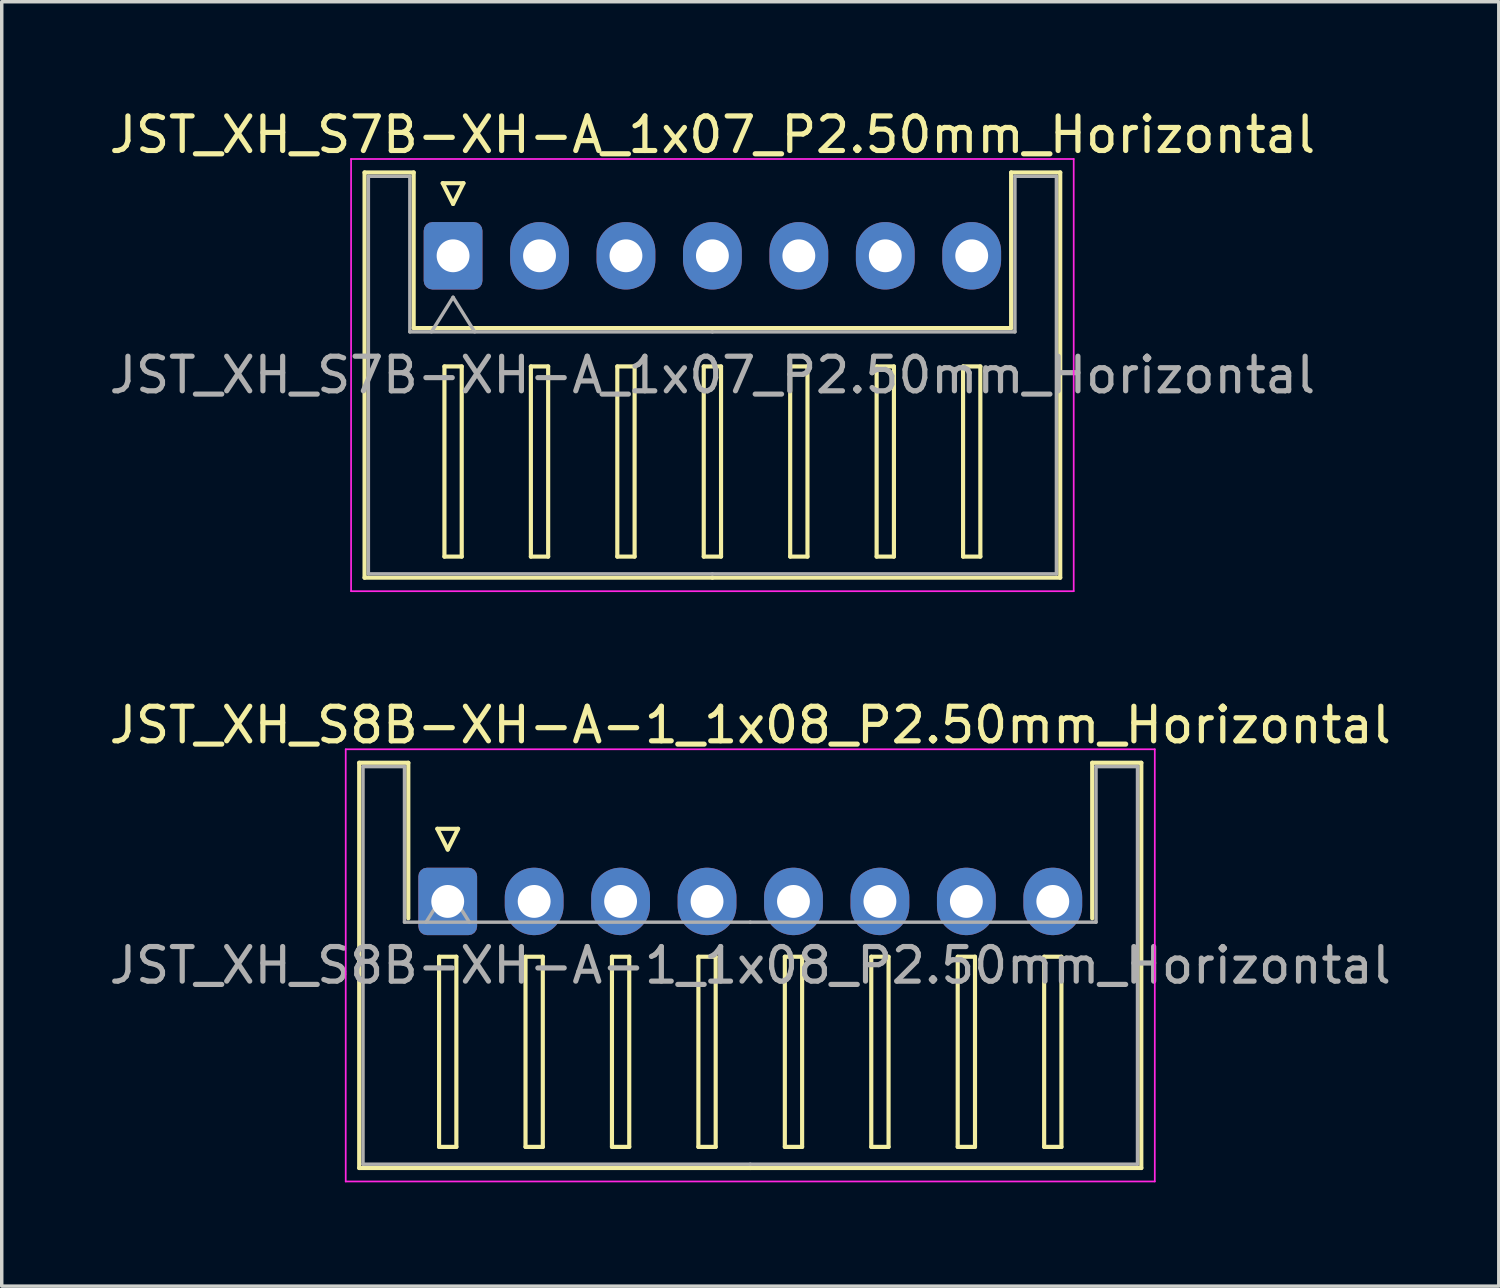
<source format=kicad_pcb>
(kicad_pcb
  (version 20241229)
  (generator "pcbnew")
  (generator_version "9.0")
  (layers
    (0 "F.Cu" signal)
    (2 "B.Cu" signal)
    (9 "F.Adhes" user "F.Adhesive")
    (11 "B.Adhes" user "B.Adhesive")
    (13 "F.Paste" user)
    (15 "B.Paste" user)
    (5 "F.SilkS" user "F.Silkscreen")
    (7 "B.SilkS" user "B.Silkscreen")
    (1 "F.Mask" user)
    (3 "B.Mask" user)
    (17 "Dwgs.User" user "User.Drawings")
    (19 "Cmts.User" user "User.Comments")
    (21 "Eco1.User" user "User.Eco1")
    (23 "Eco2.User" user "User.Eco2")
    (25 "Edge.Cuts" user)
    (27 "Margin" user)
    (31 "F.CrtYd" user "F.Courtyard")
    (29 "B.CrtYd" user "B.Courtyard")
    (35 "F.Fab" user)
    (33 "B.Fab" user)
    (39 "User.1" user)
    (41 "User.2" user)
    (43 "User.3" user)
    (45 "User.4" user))
  (footprint "JST_XH_S8B-XH-A-1_1x08_P2.50mm_Horizontal"
    (layer "F.Cu")
    (at 9.899 23.021)
    (property "Reference" "JST_XH_S8B-XH-A-1_1x08_P2.50mm_Horizontal" (at 8.75 -5.1 0) (layer "F.SilkS") (effects (font (size 1 1) (thickness 0.15))))
    (attr through_hole)
    (fp_line (start -2.56 -4.01) (end -1.14 -4.01) (stroke (width 0.12) (type solid)) (layer "F.SilkS"))
    (fp_line (start -2.56 7.71) (end -2.56 -4.01) (stroke (width 0.12) (type solid)) (layer "F.SilkS"))
    (fp_line (start -1.14 -4.01) (end -1.14 0.49) (stroke (width 0.12) (type solid)) (layer "F.SilkS"))
    (fp_line (start -0.3 -2.1) (end 0.3 -2.1) (stroke (width 0.12) (type solid)) (layer "F.SilkS"))
    (fp_line (start -0.25 1.6) (end -0.25 7.1) (stroke (width 0.12) (type solid)) (layer "F.SilkS"))
    (fp_line (start -0.25 7.1) (end 0.25 7.1) (stroke (width 0.12) (type solid)) (layer "F.SilkS"))
    (fp_line (start 0 -1.5) (end -0.3 -2.1) (stroke (width 0.12) (type solid)) (layer "F.SilkS"))
    (fp_line (start 0.25 1.6) (end -0.25 1.6) (stroke (width 0.12) (type solid)) (layer "F.SilkS"))
    (fp_line (start 0.25 7.1) (end 0.25 1.6) (stroke (width 0.12) (type solid)) (layer "F.SilkS"))
    (fp_line (start 0.3 -2.1) (end 0 -1.5) (stroke (width 0.12) (type solid)) (layer "F.SilkS"))
    (fp_line (start 2.25 1.6) (end 2.25 7.1) (stroke (width 0.12) (type solid)) (layer "F.SilkS"))
    (fp_line (start 2.25 7.1) (end 2.75 7.1) (stroke (width 0.12) (type solid)) (layer "F.SilkS"))
    (fp_line (start 2.75 1.6) (end 2.25 1.6) (stroke (width 0.12) (type solid)) (layer "F.SilkS"))
    (fp_line (start 2.75 7.1) (end 2.75 1.6) (stroke (width 0.12) (type solid)) (layer "F.SilkS"))
    (fp_line (start 4.75 1.6) (end 4.75 7.1) (stroke (width 0.12) (type solid)) (layer "F.SilkS"))
    (fp_line (start 4.75 7.1) (end 5.25 7.1) (stroke (width 0.12) (type solid)) (layer "F.SilkS"))
    (fp_line (start 5.25 1.6) (end 4.75 1.6) (stroke (width 0.12) (type solid)) (layer "F.SilkS"))
    (fp_line (start 5.25 7.1) (end 5.25 1.6) (stroke (width 0.12) (type solid)) (layer "F.SilkS"))
    (fp_line (start 7.25 1.6) (end 7.25 7.1) (stroke (width 0.12) (type solid)) (layer "F.SilkS"))
    (fp_line (start 7.25 7.1) (end 7.75 7.1) (stroke (width 0.12) (type solid)) (layer "F.SilkS"))
    (fp_line (start 7.75 1.6) (end 7.25 1.6) (stroke (width 0.12) (type solid)) (layer "F.SilkS"))
    (fp_line (start 7.75 7.1) (end 7.75 1.6) (stroke (width 0.12) (type solid)) (layer "F.SilkS"))
    (fp_line (start 8.75 7.71) (end -2.56 7.71) (stroke (width 0.12) (type solid)) (layer "F.SilkS"))
    (fp_line (start 8.75 7.71) (end 20.06 7.71) (stroke (width 0.12) (type solid)) (layer "F.SilkS"))
    (fp_line (start 9.75 1.6) (end 9.75 7.1) (stroke (width 0.12) (type solid)) (layer "F.SilkS"))
    (fp_line (start 9.75 7.1) (end 10.25 7.1) (stroke (width 0.12) (type solid)) (layer "F.SilkS"))
    (fp_line (start 10.25 1.6) (end 9.75 1.6) (stroke (width 0.12) (type solid)) (layer "F.SilkS"))
    (fp_line (start 10.25 7.1) (end 10.25 1.6) (stroke (width 0.12) (type solid)) (layer "F.SilkS"))
    (fp_line (start 12.25 1.6) (end 12.25 7.1) (stroke (width 0.12) (type solid)) (layer "F.SilkS"))
    (fp_line (start 12.25 7.1) (end 12.75 7.1) (stroke (width 0.12) (type solid)) (layer "F.SilkS"))
    (fp_line (start 12.75 1.6) (end 12.25 1.6) (stroke (width 0.12) (type solid)) (layer "F.SilkS"))
    (fp_line (start 12.75 7.1) (end 12.75 1.6) (stroke (width 0.12) (type solid)) (layer "F.SilkS"))
    (fp_line (start 14.75 1.6) (end 14.75 7.1) (stroke (width 0.12) (type solid)) (layer "F.SilkS"))
    (fp_line (start 14.75 7.1) (end 15.25 7.1) (stroke (width 0.12) (type solid)) (layer "F.SilkS"))
    (fp_line (start 15.25 1.6) (end 14.75 1.6) (stroke (width 0.12) (type solid)) (layer "F.SilkS"))
    (fp_line (start 15.25 7.1) (end 15.25 1.6) (stroke (width 0.12) (type solid)) (layer "F.SilkS"))
    (fp_line (start 17.25 1.6) (end 17.25 7.1) (stroke (width 0.12) (type solid)) (layer "F.SilkS"))
    (fp_line (start 17.25 7.1) (end 17.75 7.1) (stroke (width 0.12) (type solid)) (layer "F.SilkS"))
    (fp_line (start 17.75 1.6) (end 17.25 1.6) (stroke (width 0.12) (type solid)) (layer "F.SilkS"))
    (fp_line (start 17.75 7.1) (end 17.75 1.6) (stroke (width 0.12) (type solid)) (layer "F.SilkS"))
    (fp_line (start 18.64 -4.01) (end 18.64 0.49) (stroke (width 0.12) (type solid)) (layer "F.SilkS"))
    (fp_line (start 20.06 -4.01) (end 18.64 -4.01) (stroke (width 0.12) (type solid)) (layer "F.SilkS"))
    (fp_line (start 20.06 7.71) (end 20.06 -4.01) (stroke (width 0.12) (type solid)) (layer "F.SilkS"))
    (fp_line (start -2.95 -4.4) (end -2.95 8.1) (stroke (width 0.05) (type solid)) (layer "F.CrtYd"))
    (fp_line (start -2.95 8.1) (end 20.45 8.1) (stroke (width 0.05) (type solid)) (layer "F.CrtYd"))
    (fp_line (start 20.45 -4.4) (end -2.95 -4.4) (stroke (width 0.05) (type solid)) (layer "F.CrtYd"))
    (fp_line (start 20.45 8.1) (end 20.45 -4.4) (stroke (width 0.05) (type solid)) (layer "F.CrtYd"))
    (fp_line (start -2.45 -3.9) (end -1.25 -3.9) (stroke (width 0.1) (type solid)) (layer "F.Fab"))
    (fp_line (start -2.45 7.6) (end -2.45 -3.9) (stroke (width 0.1) (type solid)) (layer "F.Fab"))
    (fp_line (start -1.25 -3.9) (end -1.25 0.6) (stroke (width 0.1) (type solid)) (layer "F.Fab"))
    (fp_line (start -1.25 0.6) (end 8.75 0.6) (stroke (width 0.1) (type solid)) (layer "F.Fab"))
    (fp_line (start -0.625 0.6) (end 0 -0.4) (stroke (width 0.1) (type solid)) (layer "F.Fab"))
    (fp_line (start 0 -0.4) (end 0.625 0.6) (stroke (width 0.1) (type solid)) (layer "F.Fab"))
    (fp_line (start 8.75 7.6) (end -2.45 7.6) (stroke (width 0.1) (type solid)) (layer "F.Fab"))
    (fp_line (start 8.75 7.6) (end 19.95 7.6) (stroke (width 0.1) (type solid)) (layer "F.Fab"))
    (fp_line (start 18.75 -3.9) (end 18.75 0.6) (stroke (width 0.1) (type solid)) (layer "F.Fab"))
    (fp_line (start 18.75 0.6) (end 8.75 0.6) (stroke (width 0.1) (type solid)) (layer "F.Fab"))
    (fp_line (start 19.95 -3.9) (end 18.75 -3.9) (stroke (width 0.1) (type solid)) (layer "F.Fab"))
    (fp_line (start 19.95 7.6) (end 19.95 -3.9) (stroke (width 0.1) (type solid)) (layer "F.Fab"))
    (fp_text user "${REFERENCE}" (at 8.75 1.85 0) (layer "F.Fab") (effects (font (size 1 1) (thickness 0.15))))
    (pad "1" thru_hole roundrect (at 0 0) (size 1.7 1.95) (drill 0.95) (layers "*.Cu" "*.Mask") (roundrect_rratio 0.147))
    (pad "2" thru_hole oval (at 2.5 0) (size 1.7 1.95) (drill 0.95) (layers "*.Cu" "*.Mask"))
    (pad "3" thru_hole oval (at 5 0) (size 1.7 1.95) (drill 0.95) (layers "*.Cu" "*.Mask"))
    (pad "4" thru_hole oval (at 7.5 0) (size 1.7 1.95) (drill 0.95) (layers "*.Cu" "*.Mask"))
    (pad "5" thru_hole oval (at 10 0) (size 1.7 1.95) (drill 0.95) (layers "*.Cu" "*.Mask"))
    (pad "6" thru_hole oval (at 12.5 0) (size 1.7 1.95) (drill 0.95) (layers "*.Cu" "*.Mask"))
    (pad "7" thru_hole oval (at 15 0) (size 1.7 1.95) (drill 0.95) (layers "*.Cu" "*.Mask"))
    (pad "8" thru_hole oval (at 17.5 0) (size 1.7 1.95) (drill 0.95) (layers "*.Cu" "*.Mask")))
  (footprint "JST_XH_S7B-XH-A_1x07_P2.50mm_Horizontal"
    (layer "F.Cu")
    (at 10.054 4.348)
    (property "Reference" "JST_XH_S7B-XH-A_1x07_P2.50mm_Horizontal" (at 7.5 -3.5 0) (layer "F.SilkS") (effects (font (size 1 1) (thickness 0.15))))
    (attr through_hole)
    (fp_line (start -2.56 -2.41) (end -1.14 -2.41) (stroke (width 0.12) (type solid)) (layer "F.SilkS"))
    (fp_line (start -2.56 9.31) (end -2.56 -2.41) (stroke (width 0.12) (type solid)) (layer "F.SilkS"))
    (fp_line (start -1.14 -2.41) (end -1.14 2.09) (stroke (width 0.12) (type solid)) (layer "F.SilkS"))
    (fp_line (start -1.14 2.09) (end 7.5 2.09) (stroke (width 0.12) (type solid)) (layer "F.SilkS"))
    (fp_line (start -0.3 -2.1) (end 0.3 -2.1) (stroke (width 0.12) (type solid)) (layer "F.SilkS"))
    (fp_line (start -0.25 3.2) (end -0.25 8.7) (stroke (width 0.12) (type solid)) (layer "F.SilkS"))
    (fp_line (start -0.25 8.7) (end 0.25 8.7) (stroke (width 0.12) (type solid)) (layer "F.SilkS"))
    (fp_line (start 0 -1.5) (end -0.3 -2.1) (stroke (width 0.12) (type solid)) (layer "F.SilkS"))
    (fp_line (start 0.25 3.2) (end -0.25 3.2) (stroke (width 0.12) (type solid)) (layer "F.SilkS"))
    (fp_line (start 0.25 8.7) (end 0.25 3.2) (stroke (width 0.12) (type solid)) (layer "F.SilkS"))
    (fp_line (start 0.3 -2.1) (end 0 -1.5) (stroke (width 0.12) (type solid)) (layer "F.SilkS"))
    (fp_line (start 2.25 3.2) (end 2.25 8.7) (stroke (width 0.12) (type solid)) (layer "F.SilkS"))
    (fp_line (start 2.25 8.7) (end 2.75 8.7) (stroke (width 0.12) (type solid)) (layer "F.SilkS"))
    (fp_line (start 2.75 3.2) (end 2.25 3.2) (stroke (width 0.12) (type solid)) (layer "F.SilkS"))
    (fp_line (start 2.75 8.7) (end 2.75 3.2) (stroke (width 0.12) (type solid)) (layer "F.SilkS"))
    (fp_line (start 4.75 3.2) (end 4.75 8.7) (stroke (width 0.12) (type solid)) (layer "F.SilkS"))
    (fp_line (start 4.75 8.7) (end 5.25 8.7) (stroke (width 0.12) (type solid)) (layer "F.SilkS"))
    (fp_line (start 5.25 3.2) (end 4.75 3.2) (stroke (width 0.12) (type solid)) (layer "F.SilkS"))
    (fp_line (start 5.25 8.7) (end 5.25 3.2) (stroke (width 0.12) (type solid)) (layer "F.SilkS"))
    (fp_line (start 7.25 3.2) (end 7.25 8.7) (stroke (width 0.12) (type solid)) (layer "F.SilkS"))
    (fp_line (start 7.25 8.7) (end 7.75 8.7) (stroke (width 0.12) (type solid)) (layer "F.SilkS"))
    (fp_line (start 7.5 9.31) (end -2.56 9.31) (stroke (width 0.12) (type solid)) (layer "F.SilkS"))
    (fp_line (start 7.5 9.31) (end 17.56 9.31) (stroke (width 0.12) (type solid)) (layer "F.SilkS"))
    (fp_line (start 7.75 3.2) (end 7.25 3.2) (stroke (width 0.12) (type solid)) (layer "F.SilkS"))
    (fp_line (start 7.75 8.7) (end 7.75 3.2) (stroke (width 0.12) (type solid)) (layer "F.SilkS"))
    (fp_line (start 9.75 3.2) (end 9.75 8.7) (stroke (width 0.12) (type solid)) (layer "F.SilkS"))
    (fp_line (start 9.75 8.7) (end 10.25 8.7) (stroke (width 0.12) (type solid)) (layer "F.SilkS"))
    (fp_line (start 10.25 3.2) (end 9.75 3.2) (stroke (width 0.12) (type solid)) (layer "F.SilkS"))
    (fp_line (start 10.25 8.7) (end 10.25 3.2) (stroke (width 0.12) (type solid)) (layer "F.SilkS"))
    (fp_line (start 12.25 3.2) (end 12.25 8.7) (stroke (width 0.12) (type solid)) (layer "F.SilkS"))
    (fp_line (start 12.25 8.7) (end 12.75 8.7) (stroke (width 0.12) (type solid)) (layer "F.SilkS"))
    (fp_line (start 12.75 3.2) (end 12.25 3.2) (stroke (width 0.12) (type solid)) (layer "F.SilkS"))
    (fp_line (start 12.75 8.7) (end 12.75 3.2) (stroke (width 0.12) (type solid)) (layer "F.SilkS"))
    (fp_line (start 14.75 3.2) (end 14.75 8.7) (stroke (width 0.12) (type solid)) (layer "F.SilkS"))
    (fp_line (start 14.75 8.7) (end 15.25 8.7) (stroke (width 0.12) (type solid)) (layer "F.SilkS"))
    (fp_line (start 15.25 3.2) (end 14.75 3.2) (stroke (width 0.12) (type solid)) (layer "F.SilkS"))
    (fp_line (start 15.25 8.7) (end 15.25 3.2) (stroke (width 0.12) (type solid)) (layer "F.SilkS"))
    (fp_line (start 16.14 -2.41) (end 16.14 2.09) (stroke (width 0.12) (type solid)) (layer "F.SilkS"))
    (fp_line (start 16.14 2.09) (end 7.5 2.09) (stroke (width 0.12) (type solid)) (layer "F.SilkS"))
    (fp_line (start 17.56 -2.41) (end 16.14 -2.41) (stroke (width 0.12) (type solid)) (layer "F.SilkS"))
    (fp_line (start 17.56 9.31) (end 17.56 -2.41) (stroke (width 0.12) (type solid)) (layer "F.SilkS"))
    (fp_line (start -2.95 -2.8) (end -2.95 9.7) (stroke (width 0.05) (type solid)) (layer "F.CrtYd"))
    (fp_line (start -2.95 9.7) (end 17.95 9.7) (stroke (width 0.05) (type solid)) (layer "F.CrtYd"))
    (fp_line (start 17.95 -2.8) (end -2.95 -2.8) (stroke (width 0.05) (type solid)) (layer "F.CrtYd"))
    (fp_line (start 17.95 9.7) (end 17.95 -2.8) (stroke (width 0.05) (type solid)) (layer "F.CrtYd"))
    (fp_line (start -2.45 -2.3) (end -1.25 -2.3) (stroke (width 0.1) (type solid)) (layer "F.Fab"))
    (fp_line (start -2.45 9.2) (end -2.45 -2.3) (stroke (width 0.1) (type solid)) (layer "F.Fab"))
    (fp_line (start -1.25 -2.3) (end -1.25 2.2) (stroke (width 0.1) (type solid)) (layer "F.Fab"))
    (fp_line (start -1.25 2.2) (end 7.5 2.2) (stroke (width 0.1) (type solid)) (layer "F.Fab"))
    (fp_line (start -0.625 2.2) (end 0 1.2) (stroke (width 0.1) (type solid)) (layer "F.Fab"))
    (fp_line (start 0 1.2) (end 0.625 2.2) (stroke (width 0.1) (type solid)) (layer "F.Fab"))
    (fp_line (start 7.5 9.2) (end -2.45 9.2) (stroke (width 0.1) (type solid)) (layer "F.Fab"))
    (fp_line (start 7.5 9.2) (end 17.45 9.2) (stroke (width 0.1) (type solid)) (layer "F.Fab"))
    (fp_line (start 16.25 -2.3) (end 16.25 2.2) (stroke (width 0.1) (type solid)) (layer "F.Fab"))
    (fp_line (start 16.25 2.2) (end 7.5 2.2) (stroke (width 0.1) (type solid)) (layer "F.Fab"))
    (fp_line (start 17.45 -2.3) (end 16.25 -2.3) (stroke (width 0.1) (type solid)) (layer "F.Fab"))
    (fp_line (start 17.45 9.2) (end 17.45 -2.3) (stroke (width 0.1) (type solid)) (layer "F.Fab"))
    (fp_text user "${REFERENCE}" (at 7.5 3.45 0) (layer "F.Fab") (effects (font (size 1 1) (thickness 0.15))))
    (pad "1" thru_hole roundrect (at 0 0) (size 1.7 1.95) (drill 0.95) (layers "*.Cu" "*.Mask") (roundrect_rratio 0.147))
    (pad "2" thru_hole oval (at 2.5 0) (size 1.7 1.95) (drill 0.95) (layers "*.Cu" "*.Mask"))
    (pad "3" thru_hole oval (at 5 0) (size 1.7 1.95) (drill 0.95) (layers "*.Cu" "*.Mask"))
    (pad "4" thru_hole oval (at 7.5 0) (size 1.7 1.95) (drill 0.95) (layers "*.Cu" "*.Mask"))
    (pad "5" thru_hole oval (at 10 0) (size 1.7 1.95) (drill 0.95) (layers "*.Cu" "*.Mask"))
    (pad "6" thru_hole oval (at 12.5 0) (size 1.7 1.95) (drill 0.95) (layers "*.Cu" "*.Mask"))
    (pad "7" thru_hole oval (at 15 0) (size 1.7 1.95) (drill 0.95) (layers "*.Cu" "*.Mask")))
  (gr_rect
    (start -3 -3)
    (end 40.298 34.147)
    (stroke (width 0.1) (type default))
    (fill no)
    (layer "Edge.Cuts")))
</source>
